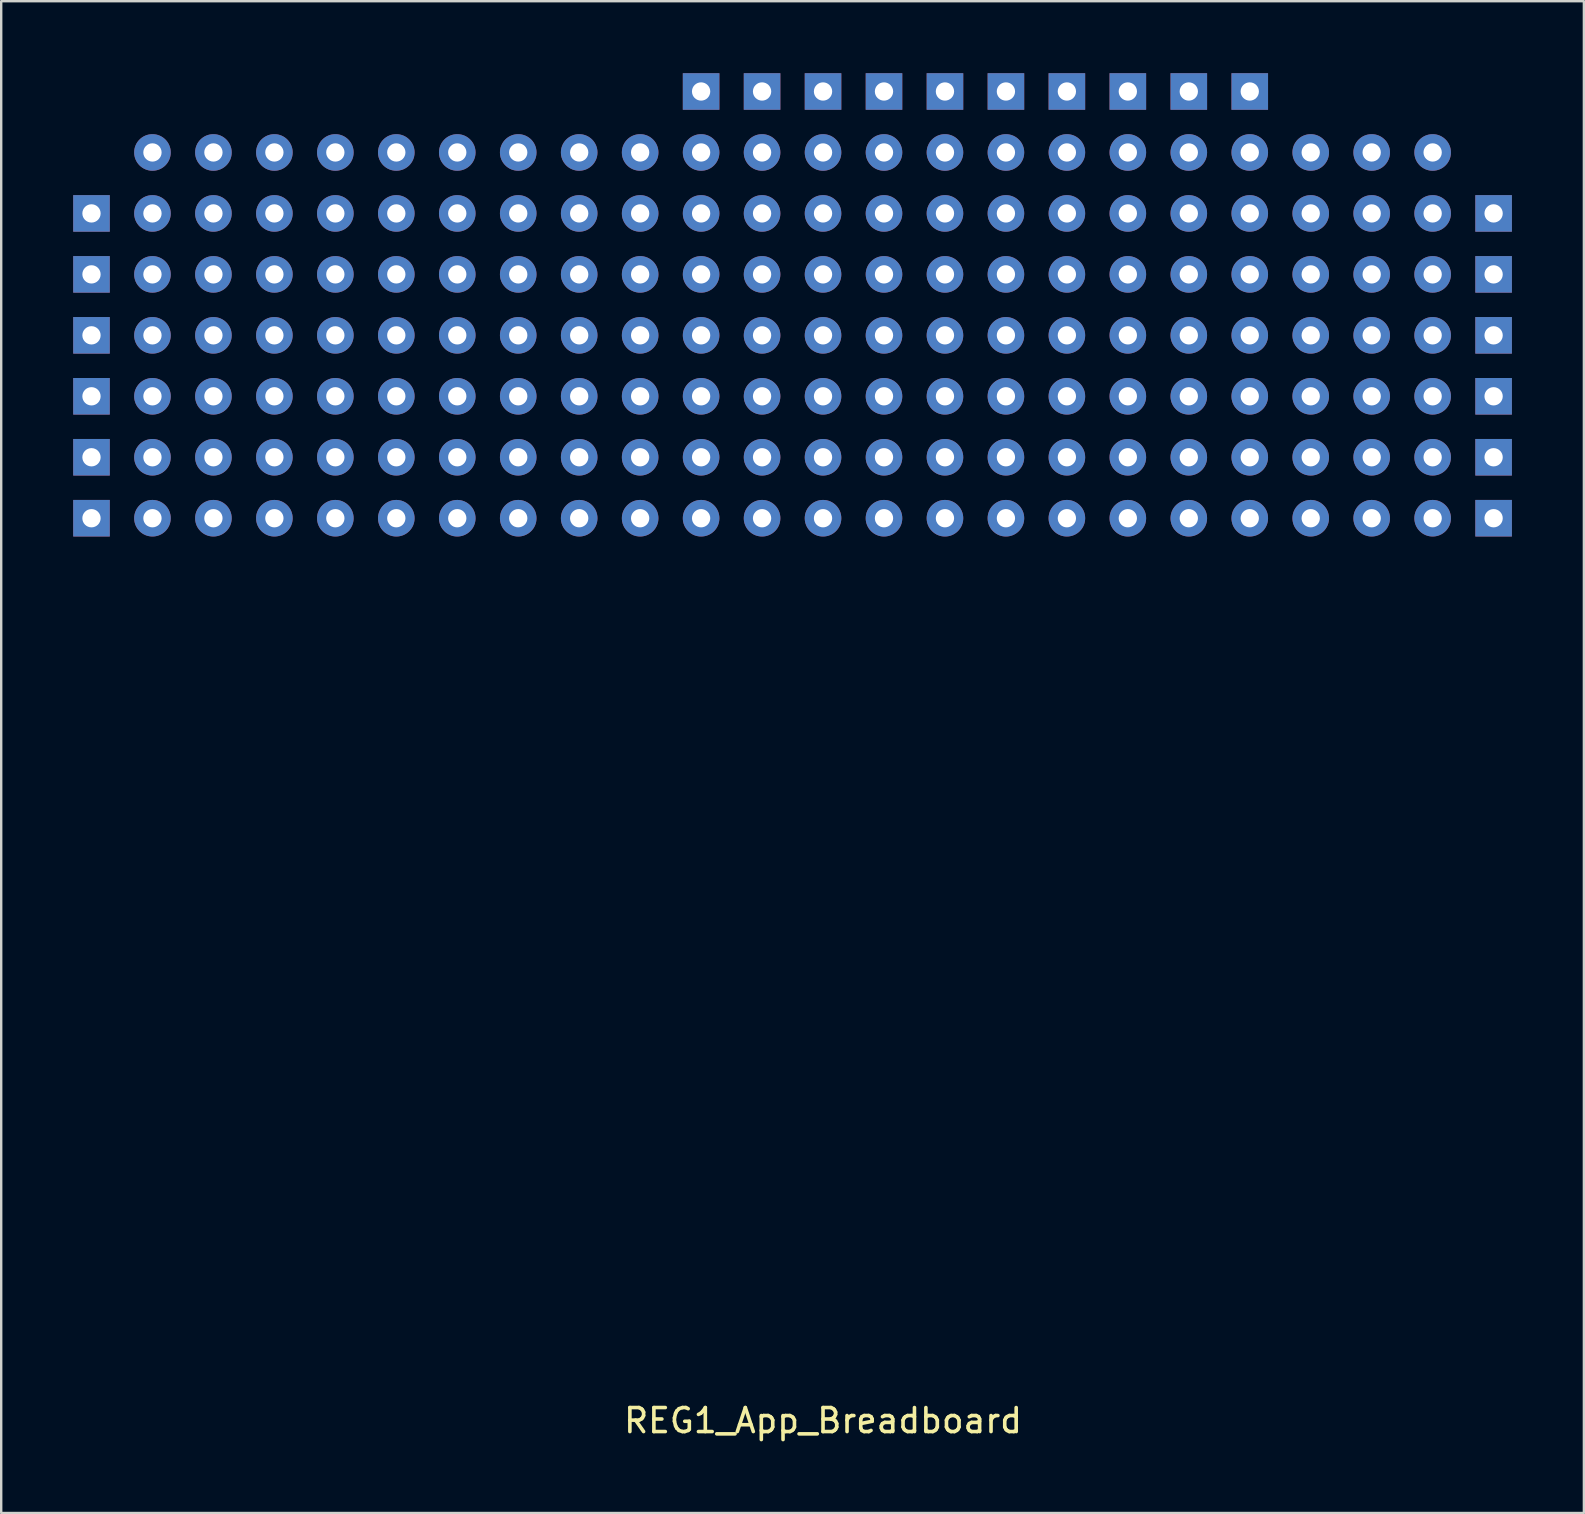
<source format=kicad_pcb>
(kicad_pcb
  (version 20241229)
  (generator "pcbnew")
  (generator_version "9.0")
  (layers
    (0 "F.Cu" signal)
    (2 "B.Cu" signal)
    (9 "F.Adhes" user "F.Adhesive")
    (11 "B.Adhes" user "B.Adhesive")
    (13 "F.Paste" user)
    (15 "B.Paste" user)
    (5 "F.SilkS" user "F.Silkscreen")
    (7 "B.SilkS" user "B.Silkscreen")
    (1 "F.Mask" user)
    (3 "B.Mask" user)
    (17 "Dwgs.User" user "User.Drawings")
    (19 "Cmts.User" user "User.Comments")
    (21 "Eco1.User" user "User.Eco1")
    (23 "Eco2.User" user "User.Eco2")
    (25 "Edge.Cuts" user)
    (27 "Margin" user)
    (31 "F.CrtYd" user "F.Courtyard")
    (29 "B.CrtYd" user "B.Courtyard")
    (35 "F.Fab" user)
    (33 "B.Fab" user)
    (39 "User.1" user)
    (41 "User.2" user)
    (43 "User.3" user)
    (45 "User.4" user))
  (footprint "REG1_App_Breadboard"
    (layer "F.Cu")
    (at 31.242 56.642)
    (property "Reference" "REG1_App_Breadboard" (at 0 -0.5 0) (unlocked yes) (layer "F.SilkS") (effects (font (size 1 1) (thickness 0.15))))
    (attr through_hole)
    (pad "" thru_hole circle (at -27.94 -53.34) (size 1.524 1.524) (drill 0.762) (layers "*.Cu" "*.Mask"))
    (pad "" thru_hole circle (at -27.94 -50.8) (size 1.524 1.524) (drill 0.762) (layers "*.Cu" "*.Mask"))
    (pad "" thru_hole circle (at -27.94 -48.26) (size 1.524 1.524) (drill 0.762) (layers "*.Cu" "*.Mask"))
    (pad "" thru_hole circle (at -27.94 -45.72) (size 1.524 1.524) (drill 0.762) (layers "*.Cu" "*.Mask"))
    (pad "" thru_hole circle (at -27.94 -43.18) (size 1.524 1.524) (drill 0.762) (layers "*.Cu" "*.Mask"))
    (pad "" thru_hole circle (at -27.94 -40.64) (size 1.524 1.524) (drill 0.762) (layers "*.Cu" "*.Mask"))
    (pad "" thru_hole circle (at -27.94 -38.1) (size 1.524 1.524) (drill 0.762) (layers "*.Cu" "*.Mask"))
    (pad "" thru_hole circle (at -25.4 -53.34) (size 1.524 1.524) (drill 0.762) (layers "*.Cu" "*.Mask"))
    (pad "" thru_hole circle (at -25.4 -50.8) (size 1.524 1.524) (drill 0.762) (layers "*.Cu" "*.Mask"))
    (pad "" thru_hole circle (at -25.4 -48.26) (size 1.524 1.524) (drill 0.762) (layers "*.Cu" "*.Mask"))
    (pad "" thru_hole circle (at -25.4 -45.72) (size 1.524 1.524) (drill 0.762) (layers "*.Cu" "*.Mask"))
    (pad "" thru_hole circle (at -25.4 -43.18) (size 1.524 1.524) (drill 0.762) (layers "*.Cu" "*.Mask"))
    (pad "" thru_hole circle (at -25.4 -40.64) (size 1.524 1.524) (drill 0.762) (layers "*.Cu" "*.Mask"))
    (pad "" thru_hole circle (at -25.4 -38.1) (size 1.524 1.524) (drill 0.762) (layers "*.Cu" "*.Mask"))
    (pad "" thru_hole circle (at -22.86 -53.34) (size 1.524 1.524) (drill 0.762) (layers "*.Cu" "*.Mask"))
    (pad "" thru_hole circle (at -22.86 -50.8) (size 1.524 1.524) (drill 0.762) (layers "*.Cu" "*.Mask"))
    (pad "" thru_hole circle (at -22.86 -48.26) (size 1.524 1.524) (drill 0.762) (layers "*.Cu" "*.Mask"))
    (pad "" thru_hole circle (at -22.86 -45.72) (size 1.524 1.524) (drill 0.762) (layers "*.Cu" "*.Mask"))
    (pad "" thru_hole circle (at -22.86 -43.18) (size 1.524 1.524) (drill 0.762) (layers "*.Cu" "*.Mask"))
    (pad "" thru_hole circle (at -22.86 -40.64) (size 1.524 1.524) (drill 0.762) (layers "*.Cu" "*.Mask"))
    (pad "" thru_hole circle (at -22.86 -38.1) (size 1.524 1.524) (drill 0.762) (layers "*.Cu" "*.Mask"))
    (pad "" thru_hole circle (at -20.32 -53.34) (size 1.524 1.524) (drill 0.762) (layers "*.Cu" "*.Mask"))
    (pad "" thru_hole circle (at -20.32 -50.8) (size 1.524 1.524) (drill 0.762) (layers "*.Cu" "*.Mask"))
    (pad "" thru_hole circle (at -20.32 -48.26) (size 1.524 1.524) (drill 0.762) (layers "*.Cu" "*.Mask"))
    (pad "" thru_hole circle (at -20.32 -45.72) (size 1.524 1.524) (drill 0.762) (layers "*.Cu" "*.Mask"))
    (pad "" thru_hole circle (at -20.32 -43.18) (size 1.524 1.524) (drill 0.762) (layers "*.Cu" "*.Mask"))
    (pad "" thru_hole circle (at -20.32 -40.64) (size 1.524 1.524) (drill 0.762) (layers "*.Cu" "*.Mask"))
    (pad "" thru_hole circle (at -20.32 -38.1) (size 1.524 1.524) (drill 0.762) (layers "*.Cu" "*.Mask"))
    (pad "" thru_hole circle (at -17.78 -53.34) (size 1.524 1.524) (drill 0.762) (layers "*.Cu" "*.Mask"))
    (pad "" thru_hole circle (at -17.78 -50.8) (size 1.524 1.524) (drill 0.762) (layers "*.Cu" "*.Mask"))
    (pad "" thru_hole circle (at -17.78 -48.26) (size 1.524 1.524) (drill 0.762) (layers "*.Cu" "*.Mask"))
    (pad "" thru_hole circle (at -17.78 -45.72) (size 1.524 1.524) (drill 0.762) (layers "*.Cu" "*.Mask"))
    (pad "" thru_hole circle (at -17.78 -43.18) (size 1.524 1.524) (drill 0.762) (layers "*.Cu" "*.Mask"))
    (pad "" thru_hole circle (at -17.78 -40.64) (size 1.524 1.524) (drill 0.762) (layers "*.Cu" "*.Mask"))
    (pad "" thru_hole circle (at -17.78 -38.1) (size 1.524 1.524) (drill 0.762) (layers "*.Cu" "*.Mask"))
    (pad "" thru_hole circle (at -15.24 -53.34) (size 1.524 1.524) (drill 0.762) (layers "*.Cu" "*.Mask"))
    (pad "" thru_hole circle (at -15.24 -50.8) (size 1.524 1.524) (drill 0.762) (layers "*.Cu" "*.Mask"))
    (pad "" thru_hole circle (at -15.24 -48.26) (size 1.524 1.524) (drill 0.762) (layers "*.Cu" "*.Mask"))
    (pad "" thru_hole circle (at -15.24 -45.72) (size 1.524 1.524) (drill 0.762) (layers "*.Cu" "*.Mask"))
    (pad "" thru_hole circle (at -15.24 -43.18) (size 1.524 1.524) (drill 0.762) (layers "*.Cu" "*.Mask"))
    (pad "" thru_hole circle (at -15.24 -40.64) (size 1.524 1.524) (drill 0.762) (layers "*.Cu" "*.Mask"))
    (pad "" thru_hole circle (at -15.24 -38.1) (size 1.524 1.524) (drill 0.762) (layers "*.Cu" "*.Mask"))
    (pad "" thru_hole circle (at -12.7 -53.34) (size 1.524 1.524) (drill 0.762) (layers "*.Cu" "*.Mask"))
    (pad "" thru_hole circle (at -12.7 -50.8) (size 1.524 1.524) (drill 0.762) (layers "*.Cu" "*.Mask"))
    (pad "" thru_hole circle (at -12.7 -48.26) (size 1.524 1.524) (drill 0.762) (layers "*.Cu" "*.Mask"))
    (pad "" thru_hole circle (at -12.7 -45.72) (size 1.524 1.524) (drill 0.762) (layers "*.Cu" "*.Mask"))
    (pad "" thru_hole circle (at -12.7 -43.18) (size 1.524 1.524) (drill 0.762) (layers "*.Cu" "*.Mask"))
    (pad "" thru_hole circle (at -12.7 -40.64) (size 1.524 1.524) (drill 0.762) (layers "*.Cu" "*.Mask"))
    (pad "" thru_hole circle (at -12.7 -38.1) (size 1.524 1.524) (drill 0.762) (layers "*.Cu" "*.Mask"))
    (pad "" thru_hole circle (at -10.16 -53.34) (size 1.524 1.524) (drill 0.762) (layers "*.Cu" "*.Mask"))
    (pad "" thru_hole circle (at -10.16 -50.8) (size 1.524 1.524) (drill 0.762) (layers "*.Cu" "*.Mask"))
    (pad "" thru_hole circle (at -10.16 -48.26) (size 1.524 1.524) (drill 0.762) (layers "*.Cu" "*.Mask"))
    (pad "" thru_hole circle (at -10.16 -45.72) (size 1.524 1.524) (drill 0.762) (layers "*.Cu" "*.Mask"))
    (pad "" thru_hole circle (at -10.16 -43.18) (size 1.524 1.524) (drill 0.762) (layers "*.Cu" "*.Mask"))
    (pad "" thru_hole circle (at -10.16 -40.64) (size 1.524 1.524) (drill 0.762) (layers "*.Cu" "*.Mask"))
    (pad "" thru_hole circle (at -10.16 -38.1) (size 1.524 1.524) (drill 0.762) (layers "*.Cu" "*.Mask"))
    (pad "" thru_hole circle (at -7.62 -53.34) (size 1.524 1.524) (drill 0.762) (layers "*.Cu" "*.Mask"))
    (pad "" thru_hole circle (at -7.62 -50.8) (size 1.524 1.524) (drill 0.762) (layers "*.Cu" "*.Mask"))
    (pad "" thru_hole circle (at -7.62 -48.26) (size 1.524 1.524) (drill 0.762) (layers "*.Cu" "*.Mask"))
    (pad "" thru_hole circle (at -7.62 -45.72) (size 1.524 1.524) (drill 0.762) (layers "*.Cu" "*.Mask"))
    (pad "" thru_hole circle (at -7.62 -43.18) (size 1.524 1.524) (drill 0.762) (layers "*.Cu" "*.Mask"))
    (pad "" thru_hole circle (at -7.62 -40.64) (size 1.524 1.524) (drill 0.762) (layers "*.Cu" "*.Mask"))
    (pad "" thru_hole circle (at -7.62 -38.1) (size 1.524 1.524) (drill 0.762) (layers "*.Cu" "*.Mask"))
    (pad "" thru_hole circle (at -5.08 -53.34) (size 1.524 1.524) (drill 0.762) (layers "*.Cu" "*.Mask"))
    (pad "" thru_hole circle (at -5.08 -50.8) (size 1.524 1.524) (drill 0.762) (layers "*.Cu" "*.Mask"))
    (pad "" thru_hole circle (at -5.08 -48.26) (size 1.524 1.524) (drill 0.762) (layers "*.Cu" "*.Mask"))
    (pad "" thru_hole circle (at -5.08 -45.72) (size 1.524 1.524) (drill 0.762) (layers "*.Cu" "*.Mask"))
    (pad "" thru_hole circle (at -5.08 -43.18) (size 1.524 1.524) (drill 0.762) (layers "*.Cu" "*.Mask"))
    (pad "" thru_hole circle (at -5.08 -40.64) (size 1.524 1.524) (drill 0.762) (layers "*.Cu" "*.Mask"))
    (pad "" thru_hole circle (at -5.08 -38.1) (size 1.524 1.524) (drill 0.762) (layers "*.Cu" "*.Mask"))
    (pad "" thru_hole circle (at -2.54 -53.34) (size 1.524 1.524) (drill 0.762) (layers "*.Cu" "*.Mask"))
    (pad "" thru_hole circle (at -2.54 -50.8) (size 1.524 1.524) (drill 0.762) (layers "*.Cu" "*.Mask"))
    (pad "" thru_hole circle (at -2.54 -48.26) (size 1.524 1.524) (drill 0.762) (layers "*.Cu" "*.Mask"))
    (pad "" thru_hole circle (at -2.54 -45.72) (size 1.524 1.524) (drill 0.762) (layers "*.Cu" "*.Mask"))
    (pad "" thru_hole circle (at -2.54 -43.18) (size 1.524 1.524) (drill 0.762) (layers "*.Cu" "*.Mask"))
    (pad "" thru_hole circle (at -2.54 -40.64) (size 1.524 1.524) (drill 0.762) (layers "*.Cu" "*.Mask"))
    (pad "" thru_hole circle (at -2.54 -38.1) (size 1.524 1.524) (drill 0.762) (layers "*.Cu" "*.Mask"))
    (pad "" thru_hole circle (at 0 -53.34) (size 1.524 1.524) (drill 0.762) (layers "*.Cu" "*.Mask"))
    (pad "" thru_hole circle (at 0 -50.8) (size 1.524 1.524) (drill 0.762) (layers "*.Cu" "*.Mask"))
    (pad "" thru_hole circle (at 0 -48.26) (size 1.524 1.524) (drill 0.762) (layers "*.Cu" "*.Mask"))
    (pad "" thru_hole circle (at 0 -45.72) (size 1.524 1.524) (drill 0.762) (layers "*.Cu" "*.Mask"))
    (pad "" thru_hole circle (at 0 -43.18) (size 1.524 1.524) (drill 0.762) (layers "*.Cu" "*.Mask"))
    (pad "" thru_hole circle (at 0 -40.64) (size 1.524 1.524) (drill 0.762) (layers "*.Cu" "*.Mask"))
    (pad "" thru_hole circle (at 0 -38.1) (size 1.524 1.524) (drill 0.762) (layers "*.Cu" "*.Mask"))
    (pad "" thru_hole circle (at 2.54 -53.34) (size 1.524 1.524) (drill 0.762) (layers "*.Cu" "*.Mask"))
    (pad "" thru_hole circle (at 2.54 -50.8) (size 1.524 1.524) (drill 0.762) (layers "*.Cu" "*.Mask"))
    (pad "" thru_hole circle (at 2.54 -48.26) (size 1.524 1.524) (drill 0.762) (layers "*.Cu" "*.Mask"))
    (pad "" thru_hole circle (at 2.54 -45.72) (size 1.524 1.524) (drill 0.762) (layers "*.Cu" "*.Mask"))
    (pad "" thru_hole circle (at 2.54 -43.18) (size 1.524 1.524) (drill 0.762) (layers "*.Cu" "*.Mask"))
    (pad "" thru_hole circle (at 2.54 -40.64) (size 1.524 1.524) (drill 0.762) (layers "*.Cu" "*.Mask"))
    (pad "" thru_hole circle (at 2.54 -38.1) (size 1.524 1.524) (drill 0.762) (layers "*.Cu" "*.Mask"))
    (pad "" thru_hole circle (at 5.08 -53.34) (size 1.524 1.524) (drill 0.762) (layers "*.Cu" "*.Mask"))
    (pad "" thru_hole circle (at 5.08 -50.8) (size 1.524 1.524) (drill 0.762) (layers "*.Cu" "*.Mask"))
    (pad "" thru_hole circle (at 5.08 -48.26) (size 1.524 1.524) (drill 0.762) (layers "*.Cu" "*.Mask"))
    (pad "" thru_hole circle (at 5.08 -45.72) (size 1.524 1.524) (drill 0.762) (layers "*.Cu" "*.Mask"))
    (pad "" thru_hole circle (at 5.08 -43.18) (size 1.524 1.524) (drill 0.762) (layers "*.Cu" "*.Mask"))
    (pad "" thru_hole circle (at 5.08 -40.64) (size 1.524 1.524) (drill 0.762) (layers "*.Cu" "*.Mask"))
    (pad "" thru_hole circle (at 5.08 -38.1) (size 1.524 1.524) (drill 0.762) (layers "*.Cu" "*.Mask"))
    (pad "" thru_hole circle (at 7.62 -53.34) (size 1.524 1.524) (drill 0.762) (layers "*.Cu" "*.Mask"))
    (pad "" thru_hole circle (at 7.62 -50.8) (size 1.524 1.524) (drill 0.762) (layers "*.Cu" "*.Mask"))
    (pad "" thru_hole circle (at 7.62 -48.26) (size 1.524 1.524) (drill 0.762) (layers "*.Cu" "*.Mask"))
    (pad "" thru_hole circle (at 7.62 -45.72) (size 1.524 1.524) (drill 0.762) (layers "*.Cu" "*.Mask"))
    (pad "" thru_hole circle (at 7.62 -43.18) (size 1.524 1.524) (drill 0.762) (layers "*.Cu" "*.Mask"))
    (pad "" thru_hole circle (at 7.62 -40.64) (size 1.524 1.524) (drill 0.762) (layers "*.Cu" "*.Mask"))
    (pad "" thru_hole circle (at 7.62 -38.1) (size 1.524 1.524) (drill 0.762) (layers "*.Cu" "*.Mask"))
    (pad "" thru_hole circle (at 10.16 -53.34) (size 1.524 1.524) (drill 0.762) (layers "*.Cu" "*.Mask"))
    (pad "" thru_hole circle (at 10.16 -50.8) (size 1.524 1.524) (drill 0.762) (layers "*.Cu" "*.Mask"))
    (pad "" thru_hole circle (at 10.16 -48.26) (size 1.524 1.524) (drill 0.762) (layers "*.Cu" "*.Mask"))
    (pad "" thru_hole circle (at 10.16 -45.72) (size 1.524 1.524) (drill 0.762) (layers "*.Cu" "*.Mask"))
    (pad "" thru_hole circle (at 10.16 -43.18) (size 1.524 1.524) (drill 0.762) (layers "*.Cu" "*.Mask"))
    (pad "" thru_hole circle (at 10.16 -40.64) (size 1.524 1.524) (drill 0.762) (layers "*.Cu" "*.Mask"))
    (pad "" thru_hole circle (at 10.16 -38.1) (size 1.524 1.524) (drill 0.762) (layers "*.Cu" "*.Mask"))
    (pad "" thru_hole circle (at 12.7 -53.34) (size 1.524 1.524) (drill 0.762) (layers "*.Cu" "*.Mask"))
    (pad "" thru_hole circle (at 12.7 -50.8) (size 1.524 1.524) (drill 0.762) (layers "*.Cu" "*.Mask"))
    (pad "" thru_hole circle (at 12.7 -48.26) (size 1.524 1.524) (drill 0.762) (layers "*.Cu" "*.Mask"))
    (pad "" thru_hole circle (at 12.7 -45.72) (size 1.524 1.524) (drill 0.762) (layers "*.Cu" "*.Mask"))
    (pad "" thru_hole circle (at 12.7 -43.18) (size 1.524 1.524) (drill 0.762) (layers "*.Cu" "*.Mask"))
    (pad "" thru_hole circle (at 12.7 -40.64) (size 1.524 1.524) (drill 0.762) (layers "*.Cu" "*.Mask"))
    (pad "" thru_hole circle (at 12.7 -38.1) (size 1.524 1.524) (drill 0.762) (layers "*.Cu" "*.Mask"))
    (pad "" thru_hole circle (at 15.24 -53.34) (size 1.524 1.524) (drill 0.762) (layers "*.Cu" "*.Mask"))
    (pad "" thru_hole circle (at 15.24 -50.8) (size 1.524 1.524) (drill 0.762) (layers "*.Cu" "*.Mask"))
    (pad "" thru_hole circle (at 15.24 -48.26) (size 1.524 1.524) (drill 0.762) (layers "*.Cu" "*.Mask"))
    (pad "" thru_hole circle (at 15.24 -45.72) (size 1.524 1.524) (drill 0.762) (layers "*.Cu" "*.Mask"))
    (pad "" thru_hole circle (at 15.24 -43.18) (size 1.524 1.524) (drill 0.762) (layers "*.Cu" "*.Mask"))
    (pad "" thru_hole circle (at 15.24 -40.64) (size 1.524 1.524) (drill 0.762) (layers "*.Cu" "*.Mask"))
    (pad "" thru_hole circle (at 15.24 -38.1) (size 1.524 1.524) (drill 0.762) (layers "*.Cu" "*.Mask"))
    (pad "" thru_hole circle (at 17.78 -53.34) (size 1.524 1.524) (drill 0.762) (layers "*.Cu" "*.Mask"))
    (pad "" thru_hole circle (at 17.78 -50.8) (size 1.524 1.524) (drill 0.762) (layers "*.Cu" "*.Mask"))
    (pad "" thru_hole circle (at 17.78 -48.26) (size 1.524 1.524) (drill 0.762) (layers "*.Cu" "*.Mask"))
    (pad "" thru_hole circle (at 17.78 -45.72) (size 1.524 1.524) (drill 0.762) (layers "*.Cu" "*.Mask"))
    (pad "" thru_hole circle (at 17.78 -43.18) (size 1.524 1.524) (drill 0.762) (layers "*.Cu" "*.Mask"))
    (pad "" thru_hole circle (at 17.78 -40.64) (size 1.524 1.524) (drill 0.762) (layers "*.Cu" "*.Mask"))
    (pad "" thru_hole circle (at 17.78 -38.1) (size 1.524 1.524) (drill 0.762) (layers "*.Cu" "*.Mask"))
    (pad "" thru_hole circle (at 20.32 -53.34) (size 1.524 1.524) (drill 0.762) (layers "*.Cu" "*.Mask"))
    (pad "" thru_hole circle (at 20.32 -50.8) (size 1.524 1.524) (drill 0.762) (layers "*.Cu" "*.Mask"))
    (pad "" thru_hole circle (at 20.32 -48.26) (size 1.524 1.524) (drill 0.762) (layers "*.Cu" "*.Mask"))
    (pad "" thru_hole circle (at 20.32 -45.72) (size 1.524 1.524) (drill 0.762) (layers "*.Cu" "*.Mask"))
    (pad "" thru_hole circle (at 20.32 -43.18) (size 1.524 1.524) (drill 0.762) (layers "*.Cu" "*.Mask"))
    (pad "" thru_hole circle (at 20.32 -40.64) (size 1.524 1.524) (drill 0.762) (layers "*.Cu" "*.Mask"))
    (pad "" thru_hole circle (at 20.32 -38.1) (size 1.524 1.524) (drill 0.762) (layers "*.Cu" "*.Mask"))
    (pad "" thru_hole circle (at 22.86 -53.34) (size 1.524 1.524) (drill 0.762) (layers "*.Cu" "*.Mask"))
    (pad "" thru_hole circle (at 22.86 -50.8) (size 1.524 1.524) (drill 0.762) (layers "*.Cu" "*.Mask"))
    (pad "" thru_hole circle (at 22.86 -48.26) (size 1.524 1.524) (drill 0.762) (layers "*.Cu" "*.Mask"))
    (pad "" thru_hole circle (at 22.86 -45.72) (size 1.524 1.524) (drill 0.762) (layers "*.Cu" "*.Mask"))
    (pad "" thru_hole circle (at 22.86 -43.18) (size 1.524 1.524) (drill 0.762) (layers "*.Cu" "*.Mask"))
    (pad "" thru_hole circle (at 22.86 -40.64) (size 1.524 1.524) (drill 0.762) (layers "*.Cu" "*.Mask"))
    (pad "" thru_hole circle (at 22.86 -38.1) (size 1.524 1.524) (drill 0.762) (layers "*.Cu" "*.Mask"))
    (pad "" thru_hole circle (at 25.4 -53.34) (size 1.524 1.524) (drill 0.762) (layers "*.Cu" "*.Mask"))
    (pad "" thru_hole circle (at 25.4 -50.8) (size 1.524 1.524) (drill 0.762) (layers "*.Cu" "*.Mask"))
    (pad "" thru_hole circle (at 25.4 -48.26) (size 1.524 1.524) (drill 0.762) (layers "*.Cu" "*.Mask"))
    (pad "" thru_hole circle (at 25.4 -45.72) (size 1.524 1.524) (drill 0.762) (layers "*.Cu" "*.Mask"))
    (pad "" thru_hole circle (at 25.4 -43.18) (size 1.524 1.524) (drill 0.762) (layers "*.Cu" "*.Mask"))
    (pad "" thru_hole circle (at 25.4 -40.64) (size 1.524 1.524) (drill 0.762) (layers "*.Cu" "*.Mask"))
    (pad "" thru_hole circle (at 25.4 -38.1) (size 1.524 1.524) (drill 0.762) (layers "*.Cu" "*.Mask"))
    (pad "1" thru_hole rect (at -5.08 -55.88) (size 1.524 1.524) (drill 0.762) (layers "*.Cu" "*.Mask"))
    (pad "2" thru_hole rect (at -2.54 -55.88) (size 1.524 1.524) (drill 0.762) (layers "*.Cu" "*.Mask"))
    (pad "3" thru_hole rect (at 0 -55.88) (size 1.524 1.524) (drill 0.762) (layers "*.Cu" "*.Mask"))
    (pad "4" thru_hole rect (at 2.54 -55.88) (size 1.524 1.524) (drill 0.762) (layers "*.Cu" "*.Mask"))
    (pad "5" thru_hole rect (at 5.08 -55.88) (size 1.524 1.524) (drill 0.762) (layers "*.Cu" "*.Mask"))
    (pad "6" thru_hole rect (at 7.62 -55.88) (size 1.524 1.524) (drill 0.762) (layers "*.Cu" "*.Mask"))
    (pad "7" thru_hole rect (at 10.16 -55.88) (size 1.524 1.524) (drill 0.762) (layers "*.Cu" "*.Mask"))
    (pad "8" thru_hole rect (at 12.7 -55.88) (size 1.524 1.524) (drill 0.762) (layers "*.Cu" "*.Mask"))
    (pad "9" thru_hole rect (at 15.24 -55.88) (size 1.524 1.524) (drill 0.762) (layers "*.Cu" "*.Mask"))
    (pad "10" thru_hole rect (at 17.78 -55.88) (size 1.524 1.524) (drill 0.762) (layers "*.Cu" "*.Mask"))
    (pad "11" thru_hole rect (at -30.48 -50.8) (size 1.524 1.524) (drill 0.762) (layers "*.Cu" "*.Mask"))
    (pad "12" thru_hole rect (at -30.48 -48.26) (size 1.524 1.524) (drill 0.762) (layers "*.Cu" "*.Mask"))
    (pad "13" thru_hole rect (at -30.48 -45.72) (size 1.524 1.524) (drill 0.762) (layers "*.Cu" "*.Mask"))
    (pad "14" thru_hole rect (at -30.48 -43.18) (size 1.524 1.524) (drill 0.762) (layers "*.Cu" "*.Mask"))
    (pad "15" thru_hole rect (at -30.48 -40.64) (size 1.524 1.524) (drill 0.762) (layers "*.Cu" "*.Mask"))
    (pad "16" thru_hole rect (at -30.48 -38.1) (size 1.524 1.524) (drill 0.762) (layers "*.Cu" "*.Mask"))
    (pad "17" thru_hole rect (at 27.94 -50.8) (size 1.524 1.524) (drill 0.762) (layers "*.Cu" "*.Mask"))
    (pad "18" thru_hole rect (at 27.94 -48.26) (size 1.524 1.524) (drill 0.762) (layers "*.Cu" "*.Mask"))
    (pad "19" thru_hole rect (at 27.94 -45.72) (size 1.524 1.524) (drill 0.762) (layers "*.Cu" "*.Mask"))
    (pad "20" thru_hole rect (at 27.94 -43.18) (size 1.524 1.524) (drill 0.762) (layers "*.Cu" "*.Mask"))
    (pad "21" thru_hole rect (at 27.94 -40.64) (size 1.524 1.524) (drill 0.762) (layers "*.Cu" "*.Mask"))
    (pad "22" thru_hole rect (at 27.94 -38.1) (size 1.524 1.524) (drill 0.762) (layers "*.Cu" "*.Mask")))
  (gr_rect
    (start -3 -3)
    (end 62.944 59.99)
    (stroke (width 0.1) (type default))
    (fill no)
    (layer "Edge.Cuts")))
</source>
